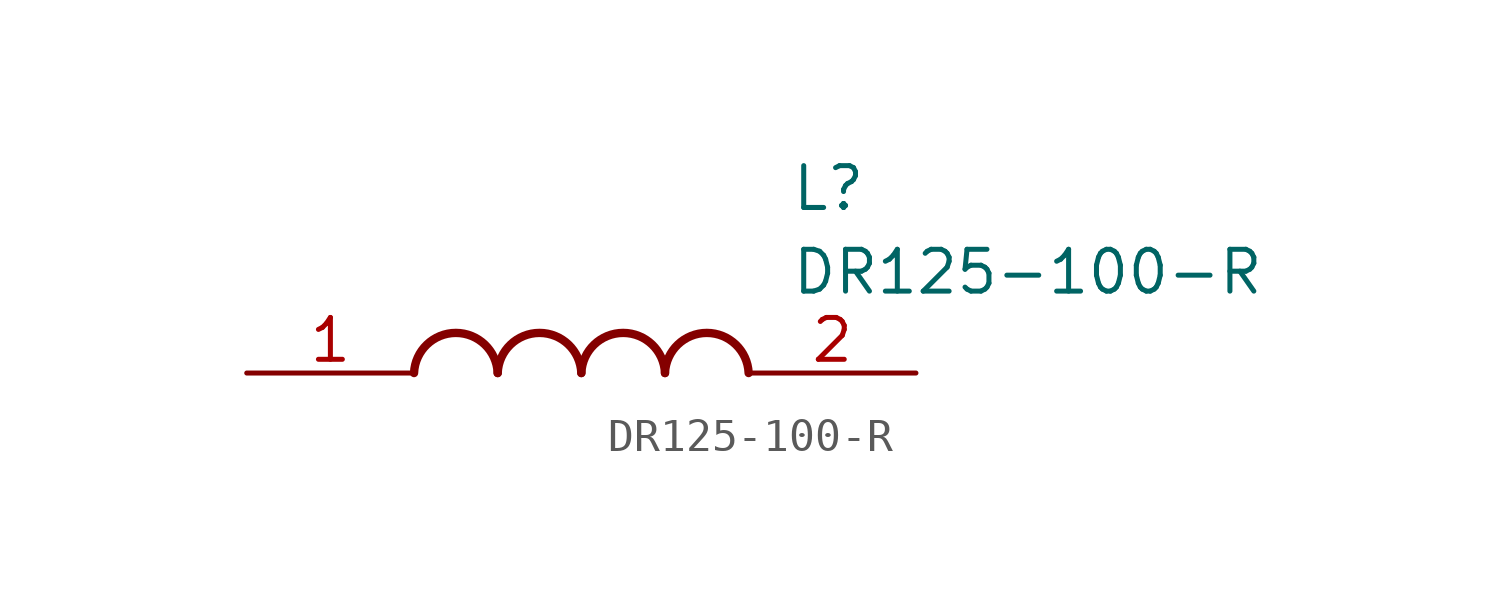
<source format=kicad_sym>
(kicad_symbol_lib
  (version 20211014)
  (generator SamacSys_ECAD_Model)
  (symbol "DR125-100-R"
    (pin_names hide)
    (property "Reference" "L"
      (at 16.51 6.35 0)
      (effects (font (size 1.27 1.27)) (justify left top)))
    (property "Value" "DR125-100-R"
      (at 16.51 3.81 0)
      (effects (font (size 1.27 1.27)) (justify left top)))
    (arc
      (start 7.62 0)
      (mid 6.35 1.219)
      (end 5.08 0)
      (stroke (width 0.254) (type default))
      (fill (type none)))
    (arc
      (start 10.16 0)
      (mid 8.89 1.219)
      (end 7.62 0)
      (stroke (width 0.254) (type default))
      (fill (type none)))
    (arc
      (start 12.7 0)
      (mid 11.43 1.219)
      (end 10.16 0)
      (stroke (width 0.254) (type default))
      (fill (type none)))
    (arc
      (start 15.24 0)
      (mid 13.97 1.219)
      (end 12.7 0)
      (stroke (width 0.254) (type default))
      (fill (type none)))
    (pin passive line
      (at 0 0 0)
      (length 5.08)
      (name "1" (effects (font (size 1.27 1.27))))
      (number "1" (effects (font (size 1.27 1.27)))))
    (pin passive line
      (at 20.32 0 180)
      (length 5.08)
      (name "2" (effects (font (size 1.27 1.27))))
      (number "2" (effects (font (size 1.27 1.27)))))))
</source>
